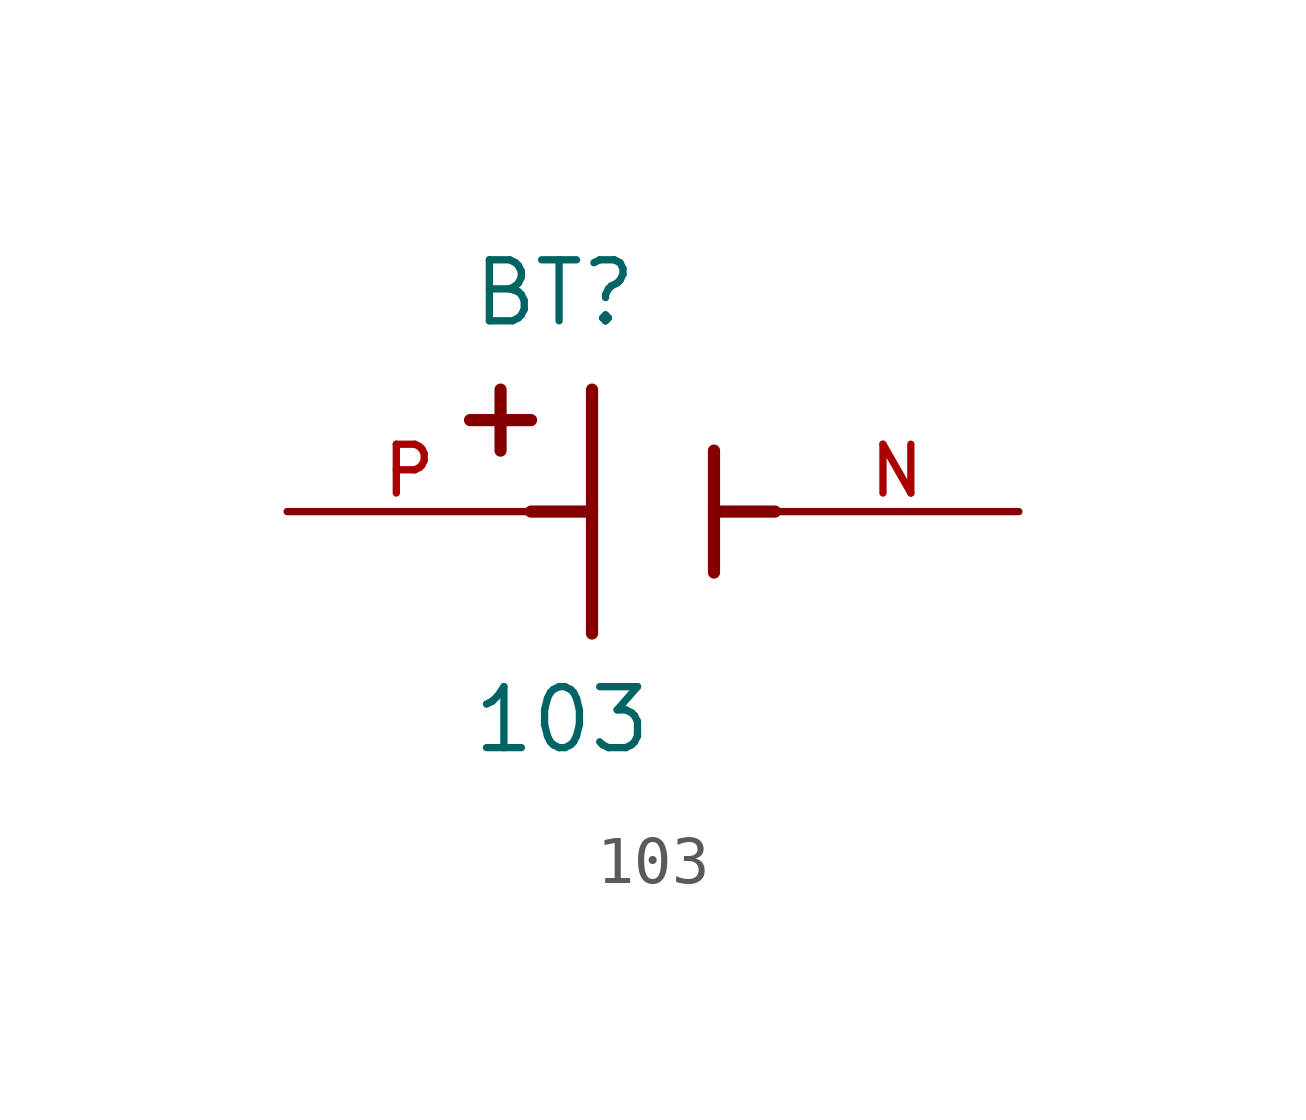
<source format=kicad_sym>
(kicad_symbol_lib
  (version 20211014)
  (generator kicad_symbol_editor)
  (symbol "103"
    (pin_names
      (offset 1.016))
    (property "Reference" "BT"
      (at -3.81 3.81 0)
      (effects (font (size 1.27 1.27)) (justify bottom left)))
    (property "Value" "103"
      (at -3.81 -5.08 0)
      (effects (font (size 1.27 1.27)) (justify bottom left)))
    (symbol "103_0_0"
      (polyline (pts (xy -1.27 2.54) (xy -1.27 0.0)) (stroke (width 0.254)))
      (polyline (pts (xy -1.27 0.0) (xy -1.27 -2.54)) (stroke (width 0.254)))
      (polyline (pts (xy 1.27 1.27) (xy 1.27 0.0)) (stroke (width 0.254)))
      (polyline (pts (xy 1.27 0.0) (xy 1.27 -1.27)) (stroke (width 0.254)))
      (polyline (pts (xy -1.27 0.0) (xy -2.54 0.0)) (stroke (width 0.254)))
      (polyline (pts (xy 1.27 0.0) (xy 2.54 0.0)) (stroke (width 0.254)))
      (polyline (pts (xy -3.175 2.54) (xy -3.175 1.27)) (stroke (width 0.254)))
      (polyline (pts (xy -3.81 1.905) (xy -2.54 1.905)) (stroke (width 0.254)))
      (pin passive line (at -7.62 0.0 0) (length 5.08) (name "~" (effects (font (size 1.016 1.016)))) (number "P" (effects (font (size 1.016 1.016)))))
      (pin passive line (at 7.62 0.0 180.0) (length 5.08) (name "~" (effects (font (size 1.016 1.016)))) (number "N" (effects (font (size 1.016 1.016))))))))
</source>
